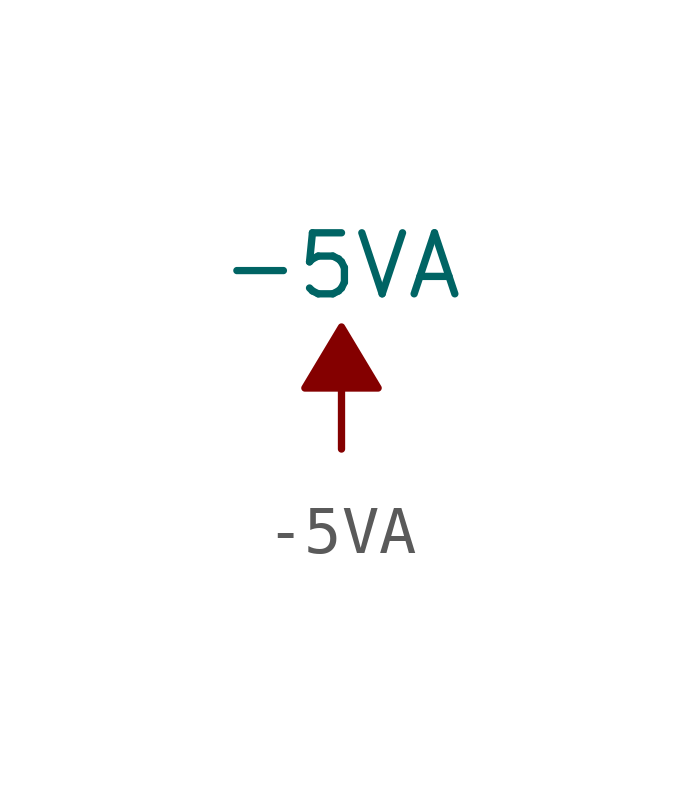
<source format=kicad_sym>
(kicad_symbol_lib
  (version 20231120)
  (generator "kicad_symbol_editor")
  (generator_version "8.0")
  (symbol "-5VA"
    (power)
    (pin_numbers hide)
    (pin_names
      (offset 0) hide)
    (property "Reference" "#PWR"
      (at 0 2.54 0)
      (effects (font (size 1.27 1.27)) (hide yes)))
    (property "Value" "-5VA"
      (at 0 3.81 0)
      (effects (font (size 1.27 1.27))))
    (symbol "-5VA_0_0"
      (pin power_in line (at 0 0 90) (length 0) hide (name "-5VA" (effects (font (size 1.27 1.27)))) (number "1" (effects (font (size 1.27 1.27))))))
    (symbol "-5VA_0_1"
      (polyline (pts (xy 0 0) (xy 0 1.27) (xy 0.762 1.27) (xy 0 2.54) (xy -0.762 1.27) (xy 0 1.27)) (stroke (width 0) (type default)) (fill (type outline))))))
</source>
